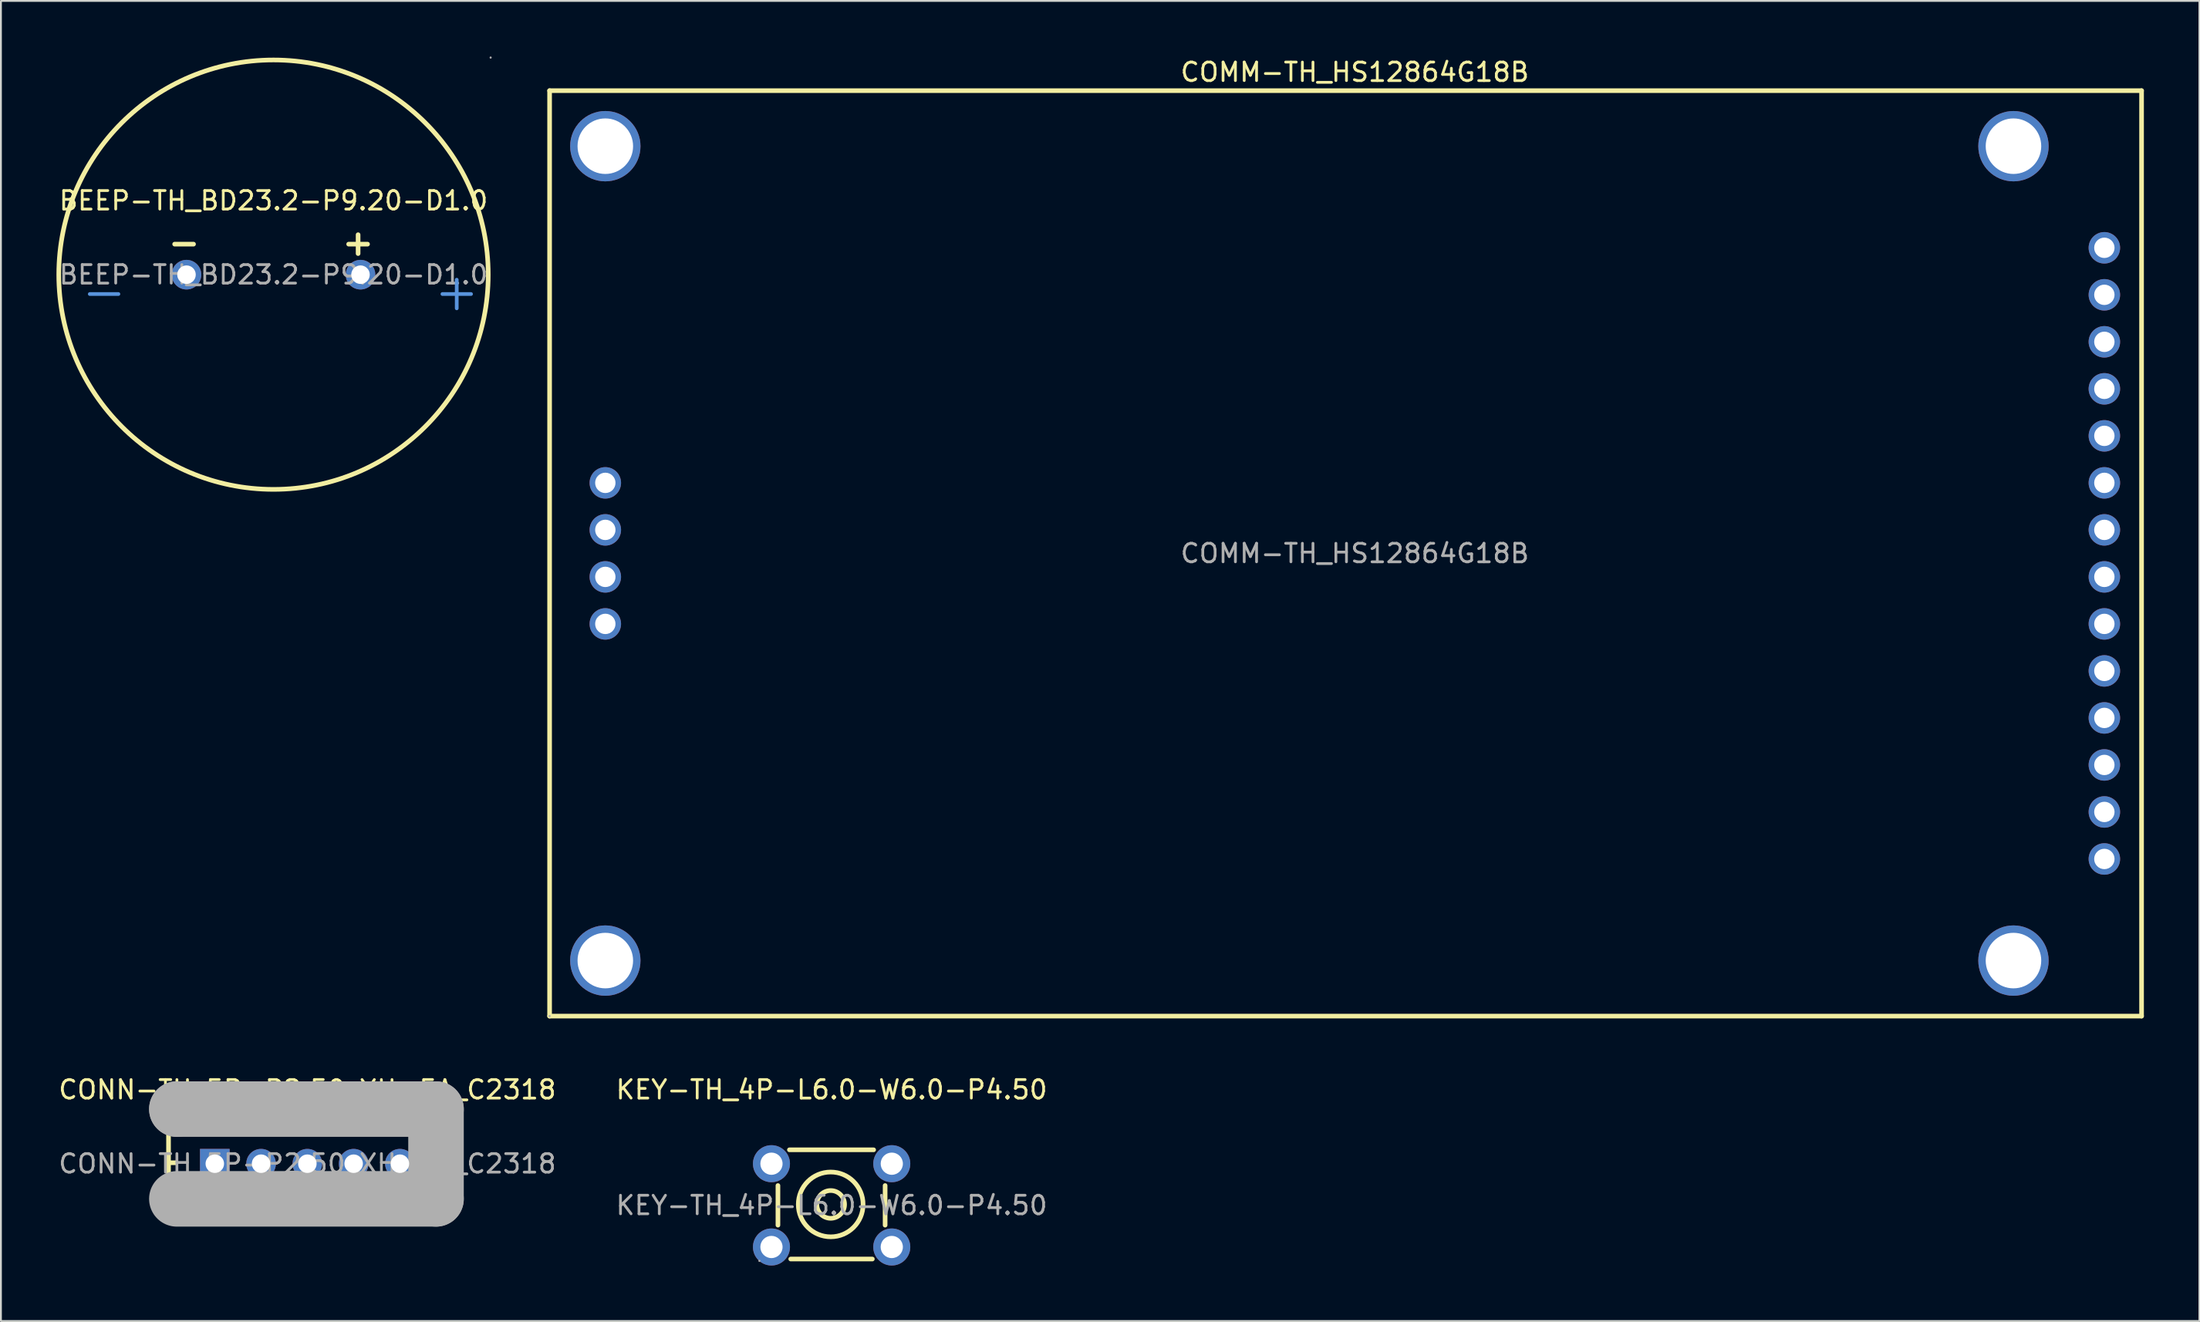
<source format=kicad_pcb>
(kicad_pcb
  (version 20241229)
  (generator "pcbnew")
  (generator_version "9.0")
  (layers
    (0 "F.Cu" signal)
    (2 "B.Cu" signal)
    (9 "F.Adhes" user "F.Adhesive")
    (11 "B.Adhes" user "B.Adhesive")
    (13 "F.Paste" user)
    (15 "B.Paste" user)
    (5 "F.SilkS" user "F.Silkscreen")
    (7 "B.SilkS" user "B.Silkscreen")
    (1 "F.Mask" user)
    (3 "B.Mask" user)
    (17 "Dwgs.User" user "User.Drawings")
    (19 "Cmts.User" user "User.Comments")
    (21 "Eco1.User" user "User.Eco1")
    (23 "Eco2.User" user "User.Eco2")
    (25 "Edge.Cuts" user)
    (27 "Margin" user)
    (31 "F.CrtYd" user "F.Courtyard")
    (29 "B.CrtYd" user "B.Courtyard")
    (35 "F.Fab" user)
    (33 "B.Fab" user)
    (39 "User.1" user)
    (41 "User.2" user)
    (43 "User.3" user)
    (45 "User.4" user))
  (footprint "KEY-TH_4P-L6.0-W6.0-P4.50"
    (layer "F.Cu")
    (at 41.875 62.072)
    (property "Reference" "KEY-TH_4P-L6.0-W6.0-P4.50" (at 0 -6.25 0) (layer "F.SilkS") (effects (font (size 1 1) (thickness 0.15))))
    (attr through_hole)
    (fp_line (start -2.9 1.07) (end -2.9 -1.07) (stroke (width 0.25) (type solid)) (layer "F.SilkS"))
    (fp_line (start -2.28 -3) (end 2.27 -3) (stroke (width 0.25) (type solid)) (layer "F.SilkS"))
    (fp_line (start 2.2 2.9) (end -2.21 2.9) (stroke (width 0.25) (type solid)) (layer "F.SilkS"))
    (fp_line (start 2.89 -1.07) (end 2.89 1.07) (stroke (width 0.25) (type solid)) (layer "F.SilkS"))
    (fp_circle (center -0.05 -0.05) (end 0.7 -0.05) (stroke (width 0.25) (type solid)) (fill no) (layer "F.SilkS"))
    (fp_circle (center -0.05 -0.05) (end 1.7 -0.05) (stroke (width 0.25) (type solid)) (fill no) (layer "F.SilkS"))
    (fp_circle (center -3.9 3) (end -3.87 3) (stroke (width 0.06) (type solid)) (fill no) (layer "F.Fab"))
    (fp_text user "${REFERENCE}" (at 0 0 0) (layer "F.Fab") (effects (font (size 1 1) (thickness 0.15))))
    (pad "1" thru_hole circle (at -3.25 2.25) (size 2 2) (drill 1.2) (layers "*.Cu" "*.Mask"))
    (pad "2" thru_hole circle (at 3.25 2.25) (size 2 2) (drill 1.2) (layers "*.Cu" "*.Mask"))
    (pad "3" thru_hole circle (at 3.25 -2.25) (size 2 2) (drill 1.2) (layers "*.Cu" "*.Mask"))
    (pad "4" thru_hole circle (at -3.25 -2.25) (size 2 2) (drill 1.2) (layers "*.Cu" "*.Mask")))
  (footprint "CONN-TH_5P-P2.50_XH-5A_C2318"
    (layer "F.Cu")
    (at 13.554 59.822)
    (property "Reference" "CONN-TH_5P-P2.50_XH-5A_C2318" (at 0 -4 0) (layer "F.SilkS") (effects (font (size 1 1) (thickness 0.15))))
    (attr through_hole)
    (fp_line (start -7.5 -3.45) (end -7.5 2.35) (stroke (width 0.25) (type solid)) (layer "F.SilkS"))
    (fp_line (start -7.5 2.35) (end 7.5 2.35) (stroke (width 0.25) (type solid)) (layer "F.SilkS"))
    (fp_line (start -7.1 -0.05) (end -7.5 -0.05) (stroke (width 0.25) (type solid)) (layer "F.SilkS"))
    (fp_line (start -7.05 0.6) (end -7.5 0.6) (stroke (width 0.25) (type solid)) (layer "F.SilkS"))
    (fp_line (start -5.05 1.9) (end -5.05 2.35) (stroke (width 0.25) (type solid)) (layer "F.SilkS"))
    (fp_line (start -4.6 1.9) (end -4.6 2.35) (stroke (width 0.25) (type solid)) (layer "F.SilkS"))
    (fp_line (start 4.25 1.95) (end 4.25 2.35) (stroke (width 0.25) (type solid)) (layer "F.SilkS"))
    (fp_line (start 5 1.95) (end 5 2.35) (stroke (width 0.25) (type solid)) (layer "F.SilkS"))
    (fp_line (start 6.95 -0.05) (end 7.5 -0.05) (stroke (width 0.25) (type solid)) (layer "F.SilkS"))
    (fp_line (start 6.95 0.55) (end 7.5 0.55) (stroke (width 0.25) (type solid)) (layer "F.SilkS"))
    (fp_line (start 7.5 -3.45) (end -7.5 -3.45) (stroke (width 0.25) (type solid)) (layer "F.SilkS"))
    (fp_line (start 7.5 -3.45) (end 7.5 2.35) (stroke (width 0.25) (type solid)) (layer "F.SilkS"))
    (fp_line (start -7.05 -2.95) (end -7.05 -2.95) (stroke (width 3) (type solid)) (layer "F.Fab"))
    (fp_line (start -7.05 -2.95) (end 6.95 -2.95) (stroke (width 3) (type solid)) (layer "F.Fab"))
    (fp_line (start 6.95 -2.95) (end 6.95 1.9) (stroke (width 3) (type solid)) (layer "F.Fab"))
    (fp_line (start 6.95 1.9) (end -7.05 1.9) (stroke (width 3) (type solid)) (layer "F.Fab"))
    (fp_circle (center -7.5 -3.45) (end -7.47 -3.45) (stroke (width 0.06) (type solid)) (fill no) (layer "F.Fab"))
    (fp_text user "${REFERENCE}" (at 0 0 0) (layer "F.Fab") (effects (font (size 1 1) (thickness 0.15))))
    (pad "1" thru_hole rect (at -5 0 180) (size 1.6 1.6) (drill 1) (layers "*.Cu" "*.Mask"))
    (pad "2" thru_hole circle (at -2.5 0 180) (size 1.6 1.6) (drill 1) (layers "*.Cu" "*.Mask"))
    (pad "3" thru_hole circle (at 0 0 180) (size 1.6 1.6) (drill 1) (layers "*.Cu" "*.Mask"))
    (pad "4" thru_hole circle (at 2.5 0 180) (size 1.6 1.6) (drill 1) (layers "*.Cu" "*.Mask"))
    (pad "5" thru_hole circle (at 5 0 180) (size 1.6 1.6) (drill 1) (layers "*.Cu" "*.Mask")))
  (footprint "COMM-TH_HS12864G18B"
    (layer "F.Cu")
    (at 70.14 26.848)
    (property "Reference" "COMM-TH_HS12864G18B" (at 0 -26 0) (layer "F.SilkS") (effects (font (size 1 1) (thickness 0.15))))
    (attr through_hole)
    (fp_line (start -43.5 -25) (end 42.5 -25) (stroke (width 0.25) (type solid)) (layer "F.SilkS"))
    (fp_line (start -43.5 25) (end -43.5 -25) (stroke (width 0.25) (type solid)) (layer "F.SilkS"))
    (fp_line (start 42.5 -25) (end 42.5 25) (stroke (width 0.25) (type solid)) (layer "F.SilkS"))
    (fp_line (start 42.5 25) (end -43.5 25) (stroke (width 0.25) (type solid)) (layer "F.SilkS"))
    (fp_circle (center -43.5 25) (end -43.47 25) (stroke (width 0.06) (type solid)) (fill no) (layer "F.Fab"))
    (fp_circle (center -40.49 -22) (end -39.84 -22) (stroke (width 1.3) (type solid)) (fill no) (layer "F.Fab"))
    (fp_circle (center -40.49 22) (end -39.84 22) (stroke (width 1.3) (type solid)) (fill no) (layer "F.Fab"))
    (fp_circle (center 35.58 -22) (end 36.23 -22) (stroke (width 1.3) (type solid)) (fill no) (layer "F.Fab"))
    (fp_circle (center 35.58 22) (end 36.23 22) (stroke (width 1.3) (type solid)) (fill no) (layer "F.Fab"))
    (fp_text user "${REFERENCE}" (at 0 0 0) (layer "F.Fab") (effects (font (size 1 1) (thickness 0.15))))
    (pad "0" thru_hole circle (at -40.49 -22) (size 3.8 3.8) (drill 3) (layers "*.Cu" "*.Mask"))
    (pad "0" thru_hole circle (at -40.49 22) (size 3.8 3.8) (drill 3) (layers "*.Cu" "*.Mask"))
    (pad "0" thru_hole circle (at 35.58 -22) (size 3.8 3.8) (drill 3) (layers "*.Cu" "*.Mask"))
    (pad "0" thru_hole circle (at 35.58 22) (size 3.8 3.8) (drill 3) (layers "*.Cu" "*.Mask"))
    (pad "1" thru_hole circle (at 40.49 16.51) (size 1.7 1.7) (drill 1.1) (layers "*.Cu" "*.Mask"))
    (pad "2" thru_hole circle (at 40.49 13.97) (size 1.7 1.7) (drill 1.1) (layers "*.Cu" "*.Mask"))
    (pad "3" thru_hole circle (at 40.49 11.43) (size 1.7 1.7) (drill 1.1) (layers "*.Cu" "*.Mask"))
    (pad "4" thru_hole circle (at 40.49 8.89) (size 1.7 1.7) (drill 1.1) (layers "*.Cu" "*.Mask"))
    (pad "5" thru_hole circle (at 40.49 6.35) (size 1.7 1.7) (drill 1.1) (layers "*.Cu" "*.Mask"))
    (pad "6" thru_hole circle (at 40.49 3.81) (size 1.7 1.7) (drill 1.1) (layers "*.Cu" "*.Mask"))
    (pad "7" thru_hole circle (at 40.49 1.27) (size 1.7 1.7) (drill 1.1) (layers "*.Cu" "*.Mask"))
    (pad "8" thru_hole circle (at 40.49 -1.27) (size 1.7 1.7) (drill 1.1) (layers "*.Cu" "*.Mask"))
    (pad "9" thru_hole circle (at 40.49 -3.81) (size 1.7 1.7) (drill 1.1) (layers "*.Cu" "*.Mask"))
    (pad "10" thru_hole circle (at 40.49 -6.35) (size 1.7 1.7) (drill 1.1) (layers "*.Cu" "*.Mask"))
    (pad "11" thru_hole circle (at 40.49 -8.89) (size 1.7 1.7) (drill 1.1) (layers "*.Cu" "*.Mask"))
    (pad "12" thru_hole circle (at 40.49 -11.43) (size 1.7 1.7) (drill 1.1) (layers "*.Cu" "*.Mask"))
    (pad "13" thru_hole circle (at 40.49 -13.97) (size 1.7 1.7) (drill 1.1) (layers "*.Cu" "*.Mask"))
    (pad "14" thru_hole circle (at 40.49 -16.51) (size 1.7 1.7) (drill 1.1) (layers "*.Cu" "*.Mask"))
    (pad "15" thru_hole circle (at -40.49 3.81) (size 1.7 1.7) (drill 1.1) (layers "*.Cu" "*.Mask"))
    (pad "16" thru_hole circle (at -40.49 1.27) (size 1.7 1.7) (drill 1.1) (layers "*.Cu" "*.Mask"))
    (pad "17" thru_hole circle (at -40.49 -1.27) (size 1.7 1.7) (drill 1.1) (layers "*.Cu" "*.Mask"))
    (pad "18" thru_hole circle (at -40.49 -3.81) (size 1.7 1.7) (drill 1.1) (layers "*.Cu" "*.Mask")))
  (footprint "BEEP-TH_BD23.2-P9.20-D1.0"
    (layer "F.Cu")
    (at 11.725 11.79)
    (property "Reference" "BEEP-TH_BD23.2-P9.20-D1.0" (at 0 -4 0) (layer "F.SilkS") (effects (font (size 1 1) (thickness 0.15))))
    (attr through_hole)
    (fp_line (start -5.34 -1.65) (end -4.32 -1.65) (stroke (width 0.25) (type solid)) (layer "F.SilkS"))
    (fp_line (start 4.06 -1.65) (end 5.08 -1.65) (stroke (width 0.25) (type solid)) (layer "F.SilkS"))
    (fp_line (start 4.57 -1.14) (end 4.57 -2.16) (stroke (width 0.25) (type solid)) (layer "F.SilkS"))
    (fp_circle (center 0 0) (end 11.6 0) (stroke (width 0.25) (type solid)) (fill no) (layer "F.SilkS"))
    (fp_circle (center -4.7 0) (end -4.5 0) (stroke (width 0.4) (type solid)) (fill no) (layer "F.Fab"))
    (fp_circle (center 4.7 0) (end 4.9 0) (stroke (width 0.4) (type solid)) (fill no) (layer "F.Fab"))
    (fp_circle (center 11.73 -11.73) (end 11.76 -11.73) (stroke (width 0.06) (type solid)) (fill no) (layer "F.Fab"))
    (fp_text user "+" (at 8.51 0.89 0) (layer "Cmts.User") (effects (font (size 2.03 2.03) (thickness 0.2)) (justify left)))
    (fp_text user "-" (at -10.54 0.89 0) (layer "Cmts.User") (effects (font (size 2.03 2.03) (thickness 0.2)) (justify left)))
    (fp_text user "${REFERENCE}" (at 0 0 0) (layer "F.Fab") (effects (font (size 1 1) (thickness 0.15))))
    (pad "1" thru_hole circle (at 4.7 0 180) (size 1.6 1.6) (drill 1) (layers "*.Cu" "*.Mask"))
    (pad "2" thru_hole circle (at -4.7 0 180) (size 1.6 1.6) (drill 1) (layers "*.Cu" "*.Mask")))
  (gr_rect
    (start -3 -3)
    (end 115.765 68.322)
    (stroke (width 0.1) (type default))
    (fill no)
    (layer "Edge.Cuts")))
</source>
